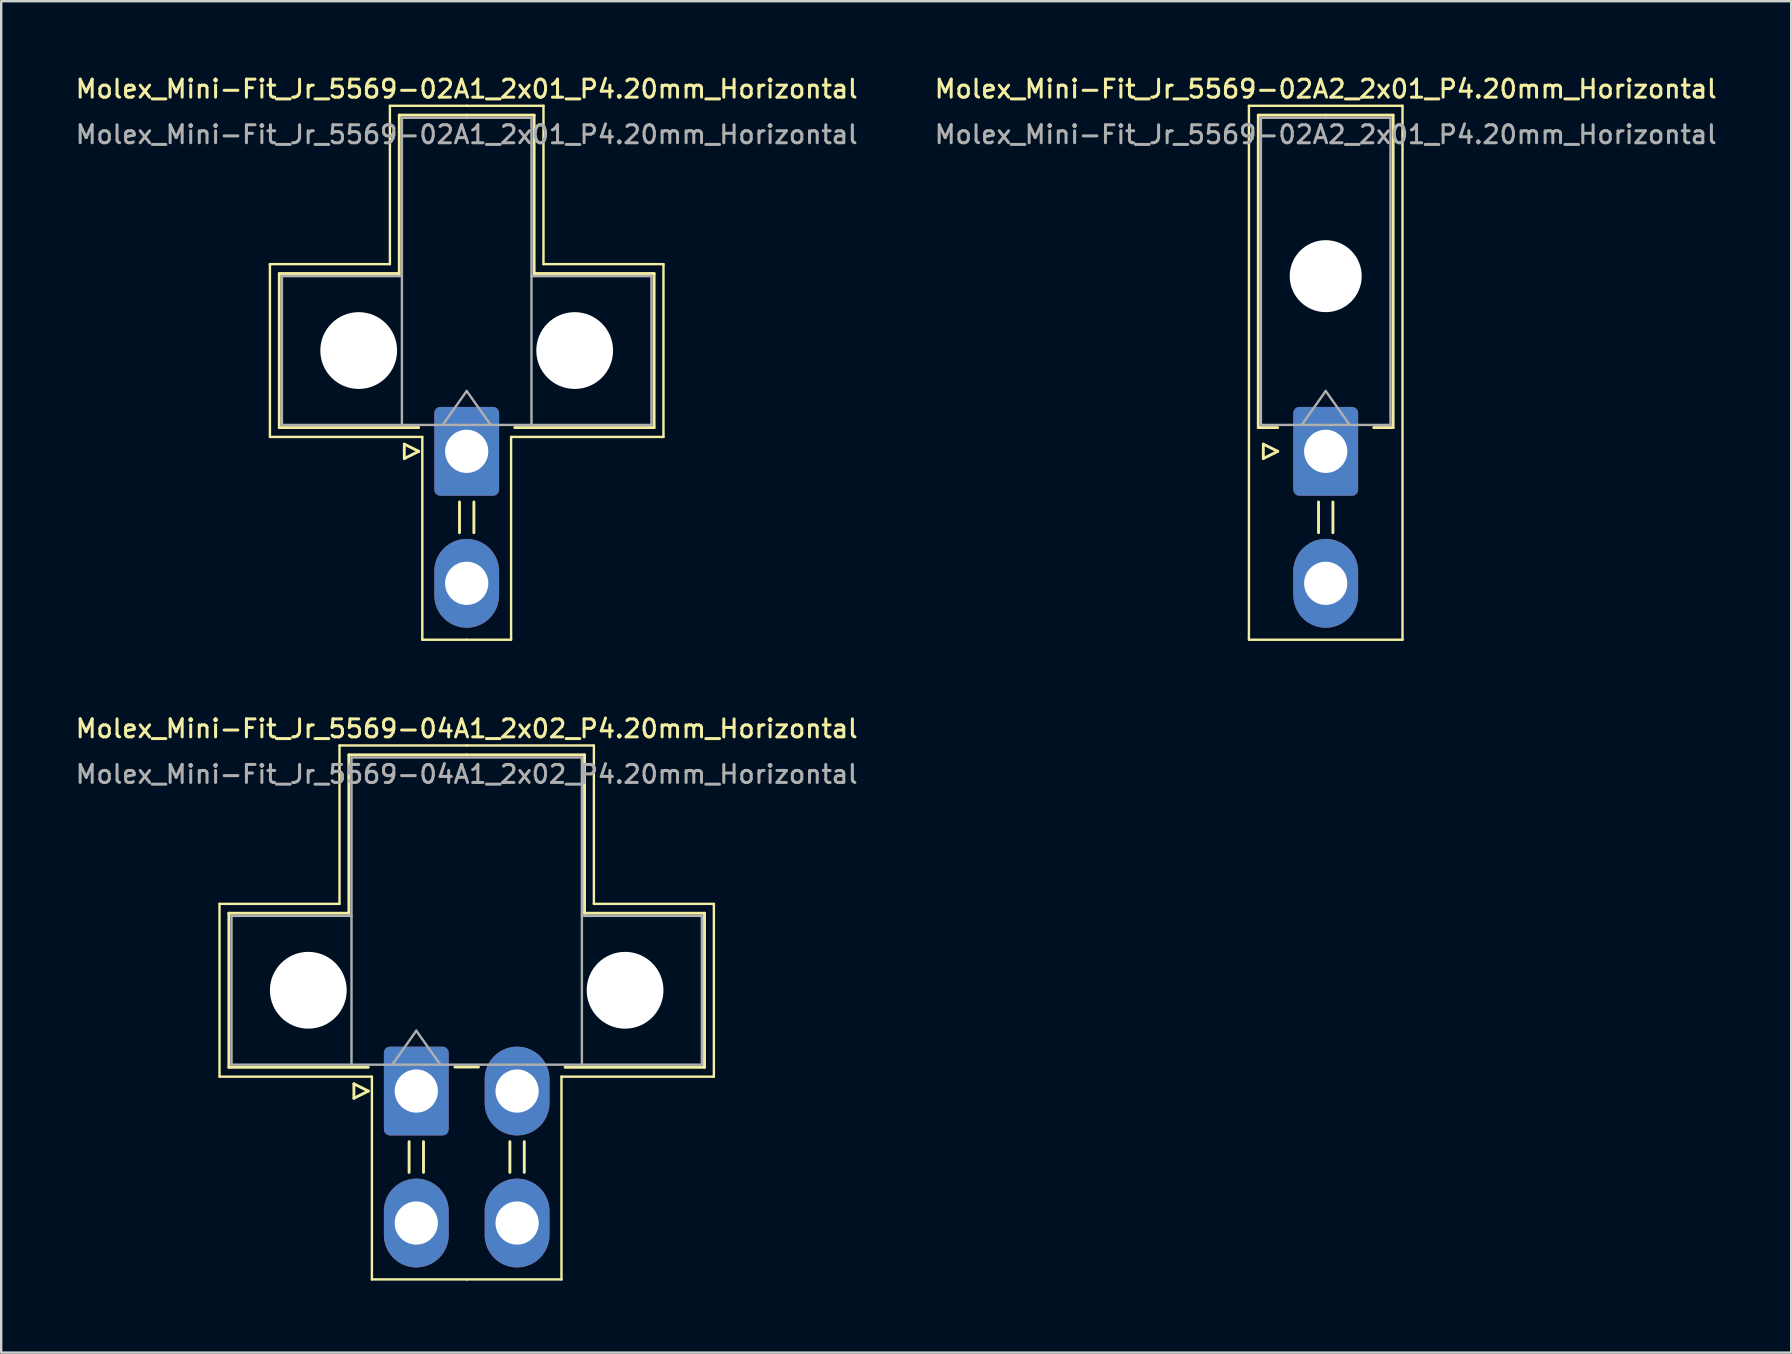
<source format=kicad_pcb>
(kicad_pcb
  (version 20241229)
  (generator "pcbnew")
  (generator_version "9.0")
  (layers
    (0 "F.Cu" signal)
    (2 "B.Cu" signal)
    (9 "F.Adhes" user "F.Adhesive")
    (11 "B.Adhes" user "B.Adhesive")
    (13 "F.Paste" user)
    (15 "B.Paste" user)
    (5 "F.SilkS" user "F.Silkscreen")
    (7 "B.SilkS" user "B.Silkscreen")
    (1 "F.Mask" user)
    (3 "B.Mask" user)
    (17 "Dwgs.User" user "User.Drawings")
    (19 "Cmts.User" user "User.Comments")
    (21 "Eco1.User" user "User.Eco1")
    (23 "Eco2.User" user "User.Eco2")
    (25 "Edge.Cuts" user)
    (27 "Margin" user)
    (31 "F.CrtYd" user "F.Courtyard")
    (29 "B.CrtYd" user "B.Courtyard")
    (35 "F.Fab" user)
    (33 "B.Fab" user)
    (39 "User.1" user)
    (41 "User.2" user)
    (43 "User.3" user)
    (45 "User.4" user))
  (footprint "Molex_Mini-Fit_Jr_5569-04A1_2x02_P4.20mm_Horizontal"
    (layer "F.Cu")
    (at 14.298 42.416)
    (property "Reference" "Molex_Mini-Fit_Jr_5569-04A1_2x02_P4.20mm_Horizontal" (at 2.1 -15.1 0) (layer "F.SilkS") (effects (font (size 0.75 0.75) (thickness 0.125))))
    (attr through_hole)
    (fp_line (start -8.2 -7.8) (end -8.2 -0.6) (stroke (width 0.1) (type solid)) (layer "F.SilkS"))
    (fp_line (start -8.2 -0.6) (end -1.85 -0.6) (stroke (width 0.1) (type solid)) (layer "F.SilkS"))
    (fp_line (start -7.81 -7.41) (end -7.81 -0.99) (stroke (width 0.12) (type solid)) (layer "F.SilkS"))
    (fp_line (start -7.81 -0.99) (end -2 -0.99) (stroke (width 0.12) (type solid)) (layer "F.SilkS"))
    (fp_line (start -3.2 -14.4) (end -3.2 -7.8) (stroke (width 0.1) (type solid)) (layer "F.SilkS"))
    (fp_line (start -3.2 -7.8) (end -8.2 -7.8) (stroke (width 0.1) (type solid)) (layer "F.SilkS"))
    (fp_line (start -2.81 -14.01) (end -2.81 -7.41) (stroke (width 0.12) (type solid)) (layer "F.SilkS"))
    (fp_line (start -2.81 -7.41) (end -7.81 -7.41) (stroke (width 0.12) (type solid)) (layer "F.SilkS"))
    (fp_line (start -2.6 -0.3) (end -2 0) (stroke (width 0.12) (type solid)) (layer "F.SilkS"))
    (fp_line (start -2.6 0.3) (end -2.6 -0.3) (stroke (width 0.12) (type solid)) (layer "F.SilkS"))
    (fp_line (start -2 0) (end -2.6 0.3) (stroke (width 0.12) (type solid)) (layer "F.SilkS"))
    (fp_line (start -1.85 -0.6) (end -1.85 7.85) (stroke (width 0.1) (type solid)) (layer "F.SilkS"))
    (fp_line (start -1.85 7.85) (end 2.1 7.85) (stroke (width 0.1) (type solid)) (layer "F.SilkS"))
    (fp_line (start -0.3 2.11) (end -0.3 3.39) (stroke (width 0.12) (type solid)) (layer "F.SilkS"))
    (fp_line (start 0.3 2.11) (end 0.3 3.39) (stroke (width 0.12) (type solid)) (layer "F.SilkS"))
    (fp_line (start 1.61 -1) (end 2.59 -1) (stroke (width 0.12) (type solid)) (layer "F.SilkS"))
    (fp_line (start 2.1 -14.4) (end -3.2 -14.4) (stroke (width 0.1) (type solid)) (layer "F.SilkS"))
    (fp_line (start 2.1 -14.4) (end 7.4 -14.4) (stroke (width 0.1) (type solid)) (layer "F.SilkS"))
    (fp_line (start 2.1 -14.01) (end -2.81 -14.01) (stroke (width 0.12) (type solid)) (layer "F.SilkS"))
    (fp_line (start 2.1 -14.01) (end 7.01 -14.01) (stroke (width 0.12) (type solid)) (layer "F.SilkS"))
    (fp_line (start 3.9 2.11) (end 3.9 3.39) (stroke (width 0.12) (type solid)) (layer "F.SilkS"))
    (fp_line (start 4.5 2.11) (end 4.5 3.39) (stroke (width 0.12) (type solid)) (layer "F.SilkS"))
    (fp_line (start 6.05 -0.6) (end 6.05 7.85) (stroke (width 0.1) (type solid)) (layer "F.SilkS"))
    (fp_line (start 6.05 7.85) (end 2.1 7.85) (stroke (width 0.1) (type solid)) (layer "F.SilkS"))
    (fp_line (start 7.01 -14.01) (end 7.01 -7.41) (stroke (width 0.12) (type solid)) (layer "F.SilkS"))
    (fp_line (start 7.01 -7.41) (end 12.01 -7.41) (stroke (width 0.12) (type solid)) (layer "F.SilkS"))
    (fp_line (start 7.4 -14.4) (end 7.4 -7.8) (stroke (width 0.1) (type solid)) (layer "F.SilkS"))
    (fp_line (start 7.4 -7.8) (end 12.4 -7.8) (stroke (width 0.1) (type solid)) (layer "F.SilkS"))
    (fp_line (start 12.01 -7.41) (end 12.01 -0.99) (stroke (width 0.12) (type solid)) (layer "F.SilkS"))
    (fp_line (start 12.01 -0.99) (end 6.2 -0.99) (stroke (width 0.12) (type solid)) (layer "F.SilkS"))
    (fp_line (start 12.4 -7.8) (end 12.4 -0.6) (stroke (width 0.1) (type solid)) (layer "F.SilkS"))
    (fp_line (start 12.4 -0.6) (end 6.05 -0.6) (stroke (width 0.1) (type solid)) (layer "F.SilkS"))
    (fp_line (start -7.7 -7.3) (end -7.7 -1.1) (stroke (width 0.1) (type solid)) (layer "F.Fab"))
    (fp_line (start -7.7 -1.1) (end -2.7 -1.1) (stroke (width 0.1) (type solid)) (layer "F.Fab"))
    (fp_line (start -2.7 -13.9) (end -2.7 -1.1) (stroke (width 0.1) (type solid)) (layer "F.Fab"))
    (fp_line (start -2.7 -7.3) (end -7.7 -7.3) (stroke (width 0.1) (type solid)) (layer "F.Fab"))
    (fp_line (start -2.7 -1.1) (end 6.9 -1.1) (stroke (width 0.1) (type solid)) (layer "F.Fab"))
    (fp_line (start -1 -1.1) (end 0 -2.514) (stroke (width 0.1) (type solid)) (layer "F.Fab"))
    (fp_line (start 0 -2.514) (end 1 -1.1) (stroke (width 0.1) (type solid)) (layer "F.Fab"))
    (fp_line (start 6.9 -13.9) (end -2.7 -13.9) (stroke (width 0.1) (type solid)) (layer "F.Fab"))
    (fp_line (start 6.9 -7.3) (end 11.9 -7.3) (stroke (width 0.1) (type solid)) (layer "F.Fab"))
    (fp_line (start 6.9 -1.1) (end 6.9 -13.9) (stroke (width 0.1) (type solid)) (layer "F.Fab"))
    (fp_line (start 11.9 -7.3) (end 11.9 -1.1) (stroke (width 0.1) (type solid)) (layer "F.Fab"))
    (fp_line (start 11.9 -1.1) (end 6.9 -1.1) (stroke (width 0.1) (type solid)) (layer "F.Fab"))
    (fp_text user "${REFERENCE}" (at 2.1 -13.2 0) (layer "F.Fab") (effects (font (size 0.75 0.75) (thickness 0.125))))
    (pad "" np_thru_hole circle (at -4.5 -4.2) (size 3.2 3.2) (drill 3.2) (layers "*.Cu" "*.Mask"))
    (pad "" np_thru_hole circle (at 8.7 -4.2) (size 3.2 3.2) (drill 3.2) (layers "*.Cu" "*.Mask"))
    (pad "1" thru_hole roundrect (at 0 0) (size 2.7 3.7) (drill 1.8) (layers "*.Cu" "*.Mask") (roundrect_rratio 0.093))
    (pad "2" thru_hole oval (at 4.2 0) (size 2.7 3.7) (drill 1.8) (layers "*.Cu" "*.Mask"))
    (pad "3" thru_hole oval (at 0 5.5) (size 2.7 3.7) (drill 1.8) (layers "*.Cu" "*.Mask"))
    (pad "4" thru_hole oval (at 4.2 5.5) (size 2.7 3.7) (drill 1.8) (layers "*.Cu" "*.Mask")))
  (footprint "Molex_Mini-Fit_Jr_5569-02A2_2x01_P4.20mm_Horizontal"
    (layer "F.Cu")
    (at 52.195 15.758)
    (property "Reference" "Molex_Mini-Fit_Jr_5569-02A2_2x01_P4.20mm_Horizontal" (at 0 -15.1 0) (layer "F.SilkS") (effects (font (size 0.75 0.75) (thickness 0.125))))
    (attr through_hole)
    (fp_line (start -3.2 -14.4) (end -3.2 7.85) (stroke (width 0.1) (type solid)) (layer "F.SilkS"))
    (fp_line (start -3.2 7.85) (end 3.2 7.85) (stroke (width 0.1) (type solid)) (layer "F.SilkS"))
    (fp_line (start -2.81 -14.01) (end 0 -14.01) (stroke (width 0.12) (type solid)) (layer "F.SilkS"))
    (fp_line (start -2.81 -0.99) (end -2.81 -14.01) (stroke (width 0.12) (type solid)) (layer "F.SilkS"))
    (fp_line (start -2.6 -0.3) (end -2 0) (stroke (width 0.12) (type solid)) (layer "F.SilkS"))
    (fp_line (start -2.6 0.3) (end -2.6 -0.3) (stroke (width 0.12) (type solid)) (layer "F.SilkS"))
    (fp_line (start -2 -0.99) (end -2.81 -0.99) (stroke (width 0.12) (type solid)) (layer "F.SilkS"))
    (fp_line (start -2 0) (end -2.6 0.3) (stroke (width 0.12) (type solid)) (layer "F.SilkS"))
    (fp_line (start -0.3 2.11) (end -0.3 3.39) (stroke (width 0.12) (type solid)) (layer "F.SilkS"))
    (fp_line (start 0.3 2.11) (end 0.3 3.39) (stroke (width 0.12) (type solid)) (layer "F.SilkS"))
    (fp_line (start 2 -0.99) (end 2.81 -0.99) (stroke (width 0.12) (type solid)) (layer "F.SilkS"))
    (fp_line (start 2.81 -14.01) (end 0 -14.01) (stroke (width 0.12) (type solid)) (layer "F.SilkS"))
    (fp_line (start 2.81 -0.99) (end 2.81 -14.01) (stroke (width 0.12) (type solid)) (layer "F.SilkS"))
    (fp_line (start 3.2 -14.4) (end -3.2 -14.4) (stroke (width 0.1) (type solid)) (layer "F.SilkS"))
    (fp_line (start 3.2 7.85) (end 3.2 -14.4) (stroke (width 0.1) (type solid)) (layer "F.SilkS"))
    (fp_line (start -2.7 -13.9) (end -2.7 -1.1) (stroke (width 0.1) (type solid)) (layer "F.Fab"))
    (fp_line (start -2.7 -1.1) (end 2.7 -1.1) (stroke (width 0.1) (type solid)) (layer "F.Fab"))
    (fp_line (start -1 -1.1) (end 0 -2.514) (stroke (width 0.1) (type solid)) (layer "F.Fab"))
    (fp_line (start 0 -2.514) (end 1 -1.1) (stroke (width 0.1) (type solid)) (layer "F.Fab"))
    (fp_line (start 2.7 -13.9) (end -2.7 -13.9) (stroke (width 0.1) (type solid)) (layer "F.Fab"))
    (fp_line (start 2.7 -1.1) (end 2.7 -13.9) (stroke (width 0.1) (type solid)) (layer "F.Fab"))
    (fp_text user "${REFERENCE}" (at 0 -13.2 0) (layer "F.Fab") (effects (font (size 0.75 0.75) (thickness 0.125))))
    (pad "" np_thru_hole circle (at 0 -7.3) (size 3 3) (drill 3) (layers "*.Cu" "*.Mask"))
    (pad "1" thru_hole roundrect (at 0 0) (size 2.7 3.7) (drill 1.8) (layers "*.Cu" "*.Mask") (roundrect_rratio 0.093))
    (pad "2" thru_hole oval (at 0 5.5) (size 2.7 3.7) (drill 1.8) (layers "*.Cu" "*.Mask")))
  (footprint "Molex_Mini-Fit_Jr_5569-02A1_2x01_P4.20mm_Horizontal"
    (layer "F.Cu")
    (at 16.398 15.758)
    (property "Reference" "Molex_Mini-Fit_Jr_5569-02A1_2x01_P4.20mm_Horizontal" (at 0 -15.1 0) (layer "F.SilkS") (effects (font (size 0.75 0.75) (thickness 0.125))))
    (attr through_hole)
    (fp_line (start -8.2 -7.8) (end -8.2 -0.6) (stroke (width 0.1) (type solid)) (layer "F.SilkS"))
    (fp_line (start -8.2 -0.6) (end -1.85 -0.6) (stroke (width 0.1) (type solid)) (layer "F.SilkS"))
    (fp_line (start -7.81 -7.41) (end -7.81 -0.99) (stroke (width 0.12) (type solid)) (layer "F.SilkS"))
    (fp_line (start -7.81 -0.99) (end -2 -0.99) (stroke (width 0.12) (type solid)) (layer "F.SilkS"))
    (fp_line (start -3.2 -14.4) (end -3.2 -7.8) (stroke (width 0.1) (type solid)) (layer "F.SilkS"))
    (fp_line (start -3.2 -7.8) (end -8.2 -7.8) (stroke (width 0.1) (type solid)) (layer "F.SilkS"))
    (fp_line (start -2.81 -14.01) (end -2.81 -7.41) (stroke (width 0.12) (type solid)) (layer "F.SilkS"))
    (fp_line (start -2.81 -7.41) (end -7.81 -7.41) (stroke (width 0.12) (type solid)) (layer "F.SilkS"))
    (fp_line (start -2.6 -0.3) (end -2 0) (stroke (width 0.12) (type solid)) (layer "F.SilkS"))
    (fp_line (start -2.6 0.3) (end -2.6 -0.3) (stroke (width 0.12) (type solid)) (layer "F.SilkS"))
    (fp_line (start -2 0) (end -2.6 0.3) (stroke (width 0.12) (type solid)) (layer "F.SilkS"))
    (fp_line (start -1.85 -0.6) (end -1.85 7.85) (stroke (width 0.1) (type solid)) (layer "F.SilkS"))
    (fp_line (start -1.85 7.85) (end 0 7.85) (stroke (width 0.1) (type solid)) (layer "F.SilkS"))
    (fp_line (start -0.3 2.11) (end -0.3 3.39) (stroke (width 0.12) (type solid)) (layer "F.SilkS"))
    (fp_line (start 0 -14.4) (end -3.2 -14.4) (stroke (width 0.1) (type solid)) (layer "F.SilkS"))
    (fp_line (start 0 -14.4) (end 3.2 -14.4) (stroke (width 0.1) (type solid)) (layer "F.SilkS"))
    (fp_line (start 0 -14.01) (end -2.81 -14.01) (stroke (width 0.12) (type solid)) (layer "F.SilkS"))
    (fp_line (start 0 -14.01) (end 2.81 -14.01) (stroke (width 0.12) (type solid)) (layer "F.SilkS"))
    (fp_line (start 0.3 2.11) (end 0.3 3.39) (stroke (width 0.12) (type solid)) (layer "F.SilkS"))
    (fp_line (start 1.85 -0.6) (end 1.85 7.85) (stroke (width 0.1) (type solid)) (layer "F.SilkS"))
    (fp_line (start 1.85 7.85) (end 0 7.85) (stroke (width 0.1) (type solid)) (layer "F.SilkS"))
    (fp_line (start 2.81 -14.01) (end 2.81 -7.41) (stroke (width 0.12) (type solid)) (layer "F.SilkS"))
    (fp_line (start 2.81 -7.41) (end 7.81 -7.41) (stroke (width 0.12) (type solid)) (layer "F.SilkS"))
    (fp_line (start 3.2 -14.4) (end 3.2 -7.8) (stroke (width 0.1) (type solid)) (layer "F.SilkS"))
    (fp_line (start 3.2 -7.8) (end 8.2 -7.8) (stroke (width 0.1) (type solid)) (layer "F.SilkS"))
    (fp_line (start 7.81 -7.41) (end 7.81 -0.99) (stroke (width 0.12) (type solid)) (layer "F.SilkS"))
    (fp_line (start 7.81 -0.99) (end 2 -0.99) (stroke (width 0.12) (type solid)) (layer "F.SilkS"))
    (fp_line (start 8.2 -7.8) (end 8.2 -0.6) (stroke (width 0.1) (type solid)) (layer "F.SilkS"))
    (fp_line (start 8.2 -0.6) (end 1.85 -0.6) (stroke (width 0.1) (type solid)) (layer "F.SilkS"))
    (fp_line (start -7.7 -7.3) (end -7.7 -1.1) (stroke (width 0.1) (type solid)) (layer "F.Fab"))
    (fp_line (start -7.7 -1.1) (end -2.7 -1.1) (stroke (width 0.1) (type solid)) (layer "F.Fab"))
    (fp_line (start -2.7 -13.9) (end -2.7 -1.1) (stroke (width 0.1) (type solid)) (layer "F.Fab"))
    (fp_line (start -2.7 -7.3) (end -7.7 -7.3) (stroke (width 0.1) (type solid)) (layer "F.Fab"))
    (fp_line (start -2.7 -1.1) (end 2.7 -1.1) (stroke (width 0.1) (type solid)) (layer "F.Fab"))
    (fp_line (start -1 -1.1) (end 0 -2.514) (stroke (width 0.1) (type solid)) (layer "F.Fab"))
    (fp_line (start 0 -2.514) (end 1 -1.1) (stroke (width 0.1) (type solid)) (layer "F.Fab"))
    (fp_line (start 2.7 -13.9) (end -2.7 -13.9) (stroke (width 0.1) (type solid)) (layer "F.Fab"))
    (fp_line (start 2.7 -7.3) (end 7.7 -7.3) (stroke (width 0.1) (type solid)) (layer "F.Fab"))
    (fp_line (start 2.7 -1.1) (end 2.7 -13.9) (stroke (width 0.1) (type solid)) (layer "F.Fab"))
    (fp_line (start 7.7 -7.3) (end 7.7 -1.1) (stroke (width 0.1) (type solid)) (layer "F.Fab"))
    (fp_line (start 7.7 -1.1) (end 2.7 -1.1) (stroke (width 0.1) (type solid)) (layer "F.Fab"))
    (fp_text user "${REFERENCE}" (at 0 -13.2 0) (layer "F.Fab") (effects (font (size 0.75 0.75) (thickness 0.125))))
    (pad "" np_thru_hole circle (at -4.5 -4.2) (size 3.2 3.2) (drill 3.2) (layers "*.Cu" "*.Mask"))
    (pad "" np_thru_hole circle (at 4.5 -4.2) (size 3.2 3.2) (drill 3.2) (layers "*.Cu" "*.Mask"))
    (pad "1" thru_hole roundrect (at 0 0) (size 2.7 3.7) (drill 1.8) (layers "*.Cu" "*.Mask") (roundrect_rratio 0.093))
    (pad "2" thru_hole oval (at 0 5.5) (size 2.7 3.7) (drill 1.8) (layers "*.Cu" "*.Mask")))
  (gr_rect
    (start -3 -3)
    (end 71.593 53.316)
    (stroke (width 0.1) (type default))
    (fill no)
    (layer "Edge.Cuts")))
</source>
